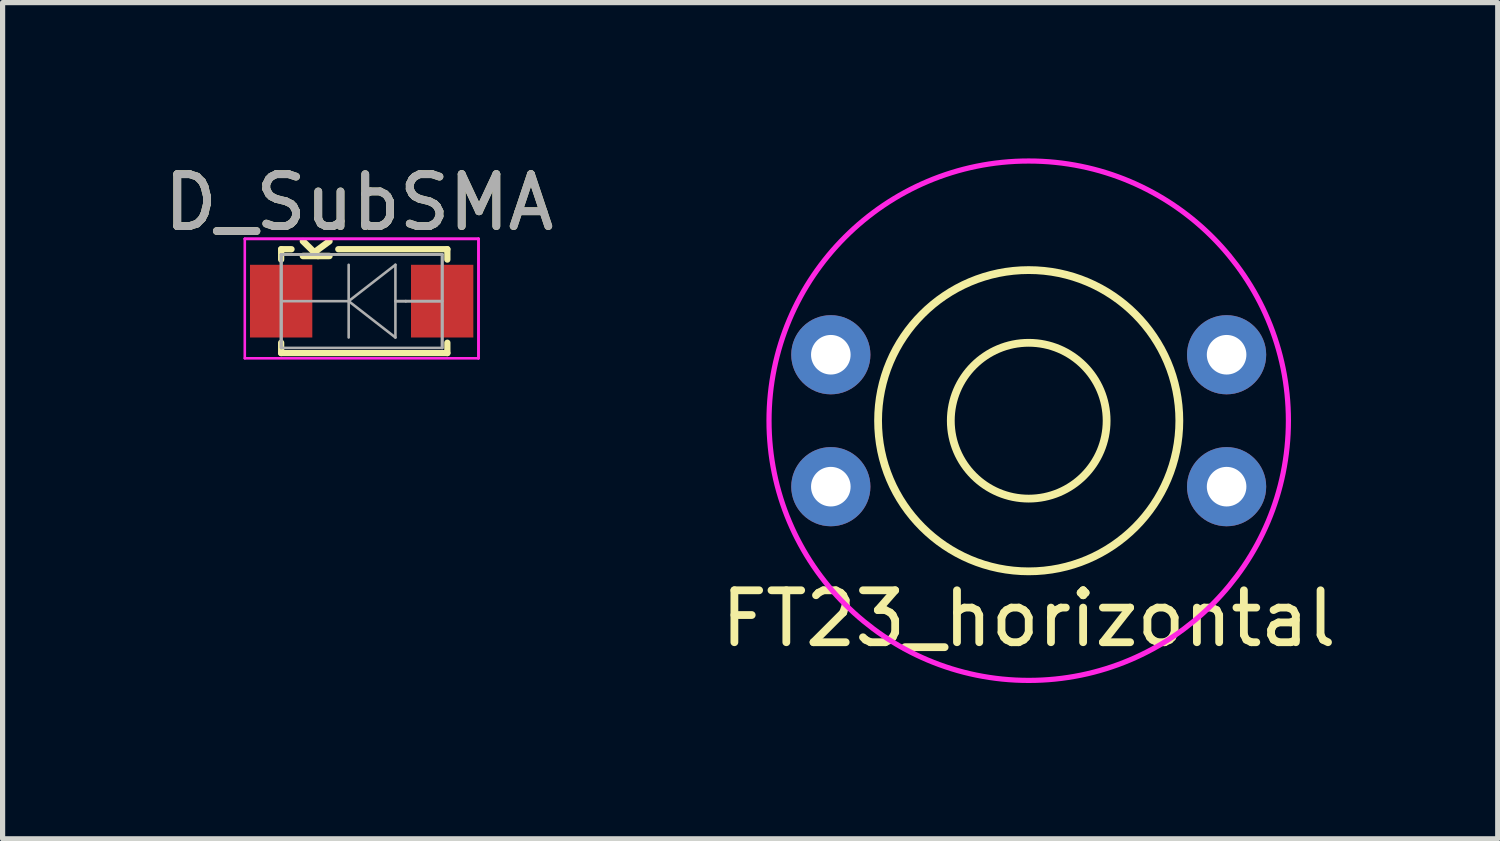
<source format=kicad_pcb>
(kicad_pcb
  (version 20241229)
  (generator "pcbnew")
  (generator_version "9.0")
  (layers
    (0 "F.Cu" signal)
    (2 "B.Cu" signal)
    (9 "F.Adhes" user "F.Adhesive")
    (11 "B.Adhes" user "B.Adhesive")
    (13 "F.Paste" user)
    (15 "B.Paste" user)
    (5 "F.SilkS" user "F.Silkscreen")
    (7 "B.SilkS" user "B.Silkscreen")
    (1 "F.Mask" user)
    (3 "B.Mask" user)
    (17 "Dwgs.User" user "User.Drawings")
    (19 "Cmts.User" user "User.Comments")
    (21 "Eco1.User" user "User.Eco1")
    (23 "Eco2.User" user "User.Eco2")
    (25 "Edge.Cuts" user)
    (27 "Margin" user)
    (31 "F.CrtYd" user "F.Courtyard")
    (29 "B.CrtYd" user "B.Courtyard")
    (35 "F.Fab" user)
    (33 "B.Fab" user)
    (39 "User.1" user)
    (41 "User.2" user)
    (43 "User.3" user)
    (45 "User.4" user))
  (footprint "FT23_horizontal"
    (layer "F.Cu")
    (at 16.756 5.05)
    (property "Reference" "FT23_horizontal" (at 0 3.81 0) (layer "F.SilkS") (effects (font (size 1 1) (thickness 0.15))))
    (attr through_hole)
    (fp_circle (center 0 0) (end 1.5 0) (stroke (width 0.15) (type solid)) (fill no) (layer "F.SilkS"))
    (fp_circle (center 0 0) (end 2.9 0) (stroke (width 0.15) (type solid)) (fill no) (layer "F.SilkS"))
    (fp_circle (center 0 0) (end 5 0) (stroke (width 0.1) (type solid)) (fill no) (layer "F.CrtYd"))
    (pad "1" thru_hole circle (at -3.81 -1.27) (size 1.524 1.524) (drill 0.762) (layers "*.Cu" "*.Mask"))
    (pad "2" thru_hole circle (at -3.81 1.27) (size 1.524 1.524) (drill 0.762) (layers "*.Cu" "*.Mask"))
    (pad "3" thru_hole circle (at 3.81 -1.27) (size 1.524 1.524) (drill 0.762) (layers "*.Cu" "*.Mask"))
    (pad "4" thru_hole circle (at 3.81 1.27) (size 1.524 1.524) (drill 0.762) (layers "*.Cu" "*.Mask")))
  (footprint "D_SubSMA"
    (layer "F.Cu")
    (at 3.863 2.748)
    (property "Reference" "D_SubSMA" (at 0 -1.9 0) (layer "F.SilkS") (effects (font (size 1 1) (thickness 0.15))))
    (attr smd)
    (fp_line (start -1.5 -1) (end -1.5 -0.8) (stroke (width 0.12) (type solid)) (layer "F.SilkS"))
    (fp_line (start -1.5 1) (end -1.5 0.8) (stroke (width 0.12) (type solid)) (layer "F.SilkS"))
    (fp_line (start -1.3 -1) (end -1.5 -1) (stroke (width 0.12) (type solid)) (layer "F.SilkS"))
    (fp_line (start 1.7 -1) (end -0.4 -1) (stroke (width 0.12) (type solid)) (layer "F.SilkS"))
    (fp_line (start 1.7 -1) (end 1.7 -0.8) (stroke (width 0.12) (type solid)) (layer "F.SilkS"))
    (fp_line (start 1.7 1) (end -1.5 1) (stroke (width 0.12) (type solid)) (layer "F.SilkS"))
    (fp_line (start 1.7 1) (end 1.7 0.8) (stroke (width 0.12) (type solid)) (layer "F.SilkS"))
    (fp_line (start -2.2 -1.2) (end 2.3 -1.2) (stroke (width 0.05) (type solid)) (layer "F.CrtYd"))
    (fp_line (start -2.2 1.1) (end -2.2 -1.2) (stroke (width 0.05) (type solid)) (layer "F.CrtYd"))
    (fp_line (start 2.3 -1.2) (end -2.2 -1.2) (stroke (width 0.05) (type solid)) (layer "F.CrtYd"))
    (fp_line (start 2.3 -1.2) (end 2.3 1.1) (stroke (width 0.05) (type solid)) (layer "F.CrtYd"))
    (fp_line (start 2.3 -1.2) (end 2.3 1.1) (stroke (width 0.05) (type solid)) (layer "F.CrtYd"))
    (fp_line (start 2.3 1.1) (end -2.2 1.1) (stroke (width 0.05) (type solid)) (layer "F.CrtYd"))
    (fp_line (start -1.5 -0.9) (end -1.5 0.9) (stroke (width 0.05) (type solid)) (layer "F.Fab"))
    (fp_line (start -1.5 -0.9) (end -1.5 0.9) (stroke (width 0.05) (type solid)) (layer "F.Fab"))
    (fp_line (start -1.5 -0.9) (end 1.6 -0.9) (stroke (width 0.05) (type solid)) (layer "F.Fab"))
    (fp_line (start -1.5 -0.9) (end 1.6 -0.9) (stroke (width 0.05) (type solid)) (layer "F.Fab"))
    (fp_line (start -1.5 0.9) (end -1.5 -0.9) (stroke (width 0.05) (type solid)) (layer "F.Fab"))
    (fp_line (start -1.5 0.9) (end -1.5 -0.9) (stroke (width 0.05) (type solid)) (layer "F.Fab"))
    (fp_line (start -1.5 0.9) (end 1.6 0.9) (stroke (width 0.05) (type solid)) (layer "F.Fab"))
    (fp_line (start -0.2 -0.7) (end -0.2 0.7) (stroke (width 0.05) (type solid)) (layer "F.Fab"))
    (fp_line (start -0.2 0) (end -1.5 0) (stroke (width 0.05) (type solid)) (layer "F.Fab"))
    (fp_line (start -0.2 0) (end 0.7 0.7) (stroke (width 0.05) (type solid)) (layer "F.Fab"))
    (fp_line (start 0.7 -0.7) (end -0.2 0) (stroke (width 0.05) (type solid)) (layer "F.Fab"))
    (fp_line (start 0.7 0) (end 0.9 0) (stroke (width 0.05) (type solid)) (layer "F.Fab"))
    (fp_line (start 0.7 0.7) (end 0.7 -0.7) (stroke (width 0.05) (type solid)) (layer "F.Fab"))
    (fp_line (start 0.9 0) (end 0.7 0) (stroke (width 0.05) (type solid)) (layer "F.Fab"))
    (fp_line (start 0.9 0) (end 1.6 0) (stroke (width 0.05) (type solid)) (layer "F.Fab"))
    (fp_line (start 1.6 -0.9) (end -1.5 -0.9) (stroke (width 0.05) (type solid)) (layer "F.Fab"))
    (fp_line (start 1.6 -0.9) (end 1.6 0.9) (stroke (width 0.05) (type solid)) (layer "F.Fab"))
    (fp_line (start 1.6 -0.9) (end 1.6 0.9) (stroke (width 0.05) (type solid)) (layer "F.Fab"))
    (fp_line (start 1.6 0) (end 0.9 0) (stroke (width 0.05) (type solid)) (layer "F.Fab"))
    (fp_line (start 1.6 0.9) (end 1.6 -0.9) (stroke (width 0.05) (type solid)) (layer "F.Fab"))
    (fp_text user "K" (at -0.8 -1 90) (layer "F.SilkS") (effects (font (size 0.51 0.5) (thickness 0.125))))
    (fp_text user "${REFERENCE}" (at 0 -1.9 0) (layer "F.Fab") (effects (font (size 1 1) (thickness 0.15))))
    (pad "1" smd rect (at -1.5 0) (size 1.2 1.4) (layers "F.Cu" "F.Mask" "F.Paste"))
    (pad "2" smd rect (at 1.6 0) (size 1.2 1.4) (layers "F.Cu" "F.Mask" "F.Paste")))
  (gr_rect
    (start -3 -3)
    (end 25.786 13.1)
    (stroke (width 0.1) (type default))
    (fill no)
    (layer "Edge.Cuts")))
</source>
